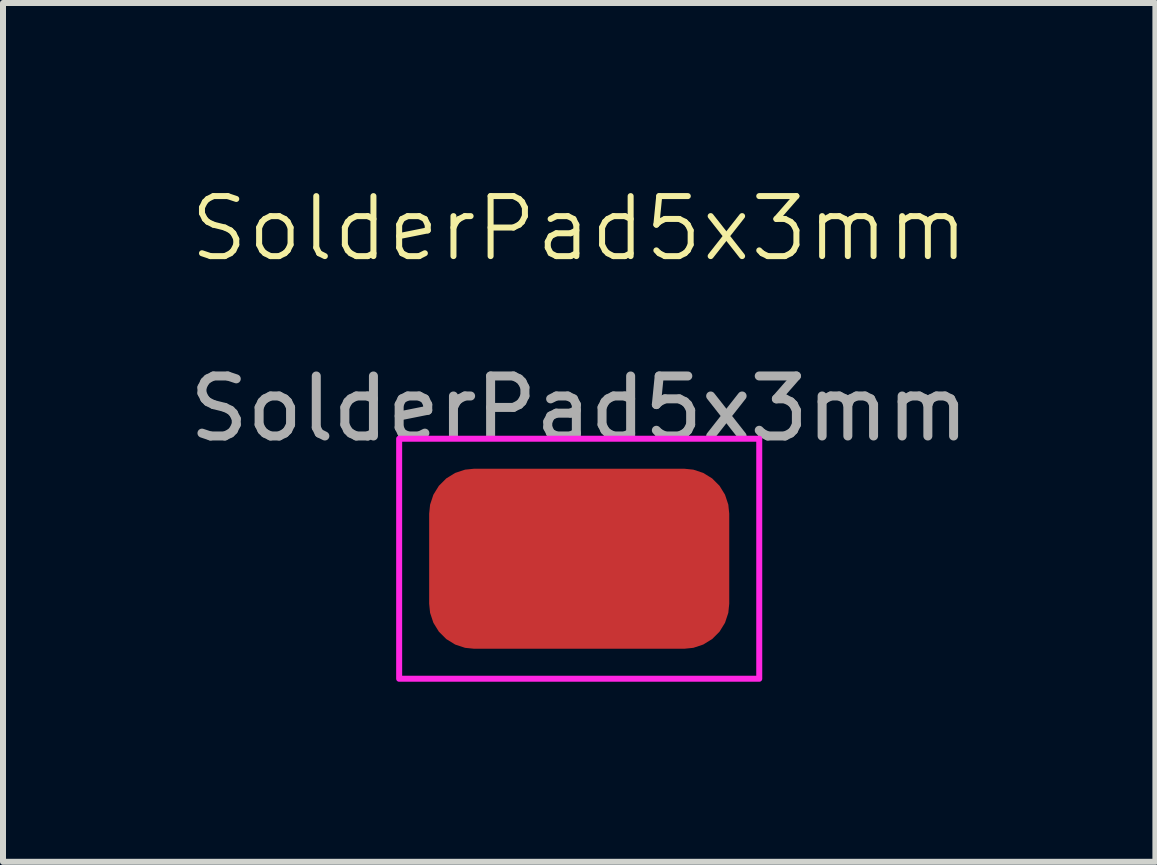
<source format=kicad_pcb>
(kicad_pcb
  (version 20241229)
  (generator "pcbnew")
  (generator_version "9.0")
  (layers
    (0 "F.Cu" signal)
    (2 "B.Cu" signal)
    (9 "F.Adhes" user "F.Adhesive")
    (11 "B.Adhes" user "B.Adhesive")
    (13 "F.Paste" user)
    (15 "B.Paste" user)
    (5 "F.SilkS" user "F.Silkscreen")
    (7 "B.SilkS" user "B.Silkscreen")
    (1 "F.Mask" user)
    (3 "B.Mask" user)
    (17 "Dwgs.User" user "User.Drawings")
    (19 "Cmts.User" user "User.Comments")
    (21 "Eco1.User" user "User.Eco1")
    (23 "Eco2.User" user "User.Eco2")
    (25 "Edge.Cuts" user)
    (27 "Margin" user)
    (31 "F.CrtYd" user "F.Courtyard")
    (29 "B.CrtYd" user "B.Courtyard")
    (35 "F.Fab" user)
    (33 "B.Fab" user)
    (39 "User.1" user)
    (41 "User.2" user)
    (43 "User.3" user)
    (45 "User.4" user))
  (footprint "SolderPad5x3mm"
    (layer "F.Cu")
    (at 6.601 1.26)
    (property "Reference" "SolderPad5x3mm" (at 0 -0.5 0) (unlocked yes) (layer "F.SilkS") (effects (font (size 1 1) (thickness 0.1))))
    (attr smd)
    (fp_rect (start -3 3) (end 3 7) (stroke (width 0.1) (type default)) (fill no) (layer "F.CrtYd"))
    (fp_text user "${REFERENCE}" (at 0 2.5 0) (unlocked yes) (layer "F.Fab") (effects (font (size 1 1) (thickness 0.15))))
    (pad "1" smd roundrect (at 0 5) (size 5 3) (layers "F.Cu" "F.Mask" "F.Paste") (roundrect_rratio 0.25)))
  (gr_rect
    (start -3 -3)
    (end 16.202 11.31)
    (stroke (width 0.1) (type default))
    (fill no)
    (layer "Edge.Cuts")))
</source>
